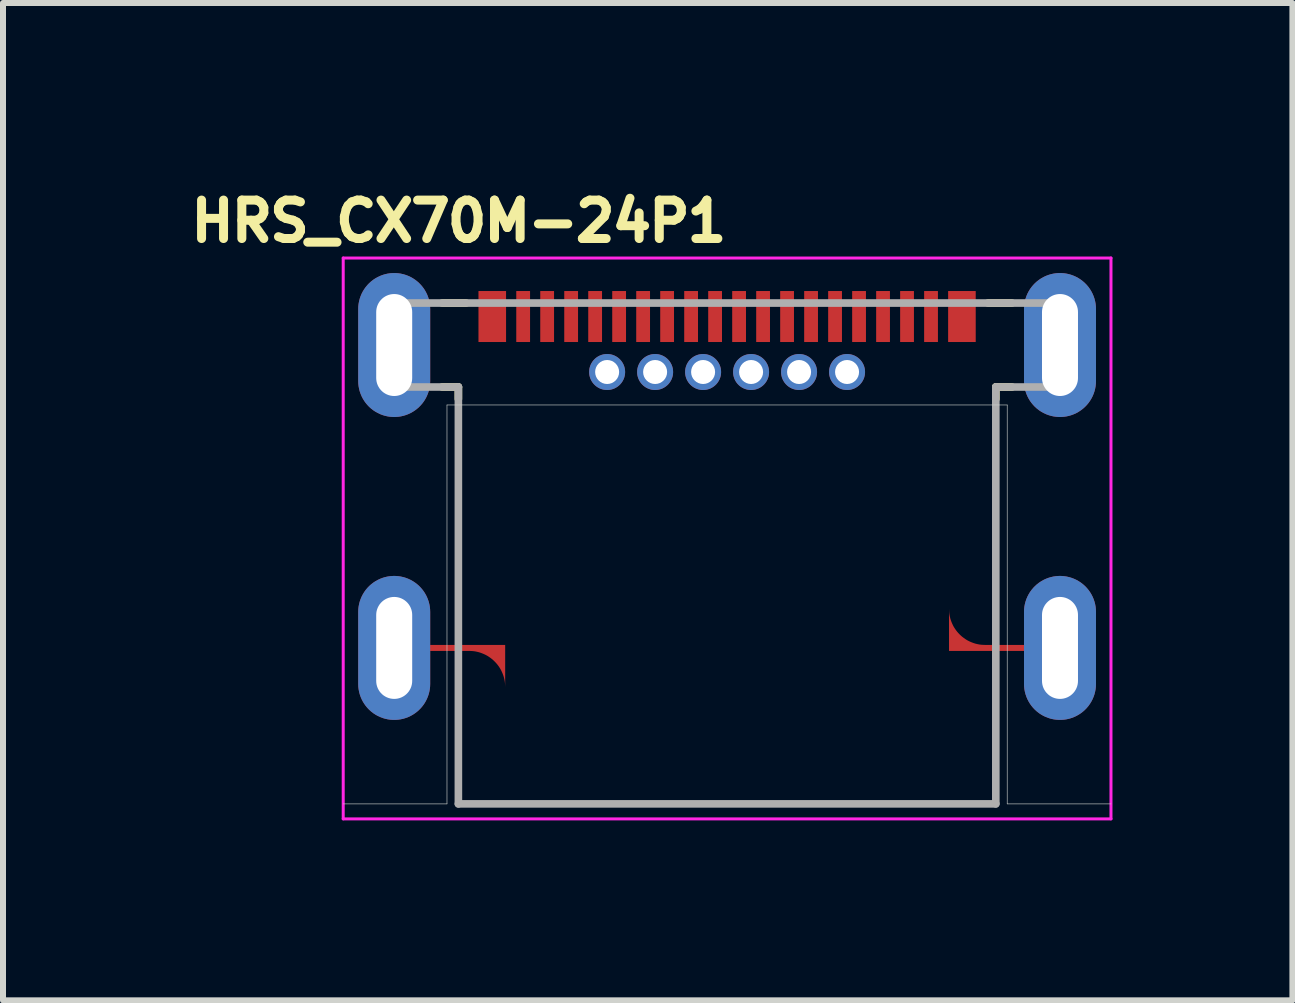
<source format=kicad_pcb>
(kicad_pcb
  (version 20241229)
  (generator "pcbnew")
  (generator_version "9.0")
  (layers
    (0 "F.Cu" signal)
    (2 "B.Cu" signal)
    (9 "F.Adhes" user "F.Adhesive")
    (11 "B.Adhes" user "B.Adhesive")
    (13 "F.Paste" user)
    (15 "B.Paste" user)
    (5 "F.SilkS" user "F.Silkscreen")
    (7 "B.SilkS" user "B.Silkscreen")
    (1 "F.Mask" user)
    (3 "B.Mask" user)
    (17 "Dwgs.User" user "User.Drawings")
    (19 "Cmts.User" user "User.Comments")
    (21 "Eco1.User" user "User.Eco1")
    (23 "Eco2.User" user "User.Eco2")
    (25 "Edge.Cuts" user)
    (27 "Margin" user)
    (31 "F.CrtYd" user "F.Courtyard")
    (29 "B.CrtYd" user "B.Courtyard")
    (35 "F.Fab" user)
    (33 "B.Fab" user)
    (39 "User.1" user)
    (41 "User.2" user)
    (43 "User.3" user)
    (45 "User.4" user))
  (footprint "HRS_CX70M-24P1"
    (layer "F.Cu")
    (at 9.072 7.752)
    (property "Reference" "HRS_CX70M-24P1" (at -4.473 -7.114 0) (layer "F.SilkS") (effects (font (size 0.641 0.641) (thickness 0.15))))
    (attr through_hole)
    (fp_poly (pts (xy -5.607 -1.3) (xy -4.75 -1.3) (xy -4.75 1.302) (xy -5.607 1.302)) (stroke (width 0.01) (type solid)) (fill yes) (layer "F.Mask"))
    (fp_poly (pts (xy 4.75 -1.3) (xy 5.55 -1.3) (xy 5.55 1.3) (xy 4.75 1.3)) (stroke (width 0.01) (type solid)) (fill yes) (layer "F.Mask"))
    (fp_line (start -4.75 -5.75) (end -4.35 -5.75) (stroke (width 0.127) (type solid)) (layer "F.SilkS"))
    (fp_line (start -4.75 -4.35) (end -4.48 -4.35) (stroke (width 0.127) (type solid)) (layer "F.SilkS"))
    (fp_line (start -4.48 -4.35) (end -4.48 -4.15) (stroke (width 0.127) (type solid)) (layer "F.SilkS"))
    (fp_line (start 4.35 -5.75) (end 4.75 -5.75) (stroke (width 0.127) (type solid)) (layer "F.SilkS"))
    (fp_line (start 4.48 -4.35) (end 4.48 -4.15) (stroke (width 0.127) (type solid)) (layer "F.SilkS"))
    (fp_line (start 4.75 -4.35) (end 4.48 -4.35) (stroke (width 0.127) (type solid)) (layer "F.SilkS"))
    (fp_poly (pts (xy -5.55 -1.2) (xy -4.85 -1.2) (xy -4.85 1.2) (xy -5.55 1.2) (xy -5.519 1.199) (xy -5.487 1.197) (xy -5.456 1.193) (xy -5.425 1.187) (xy -5.395 1.18) (xy -5.365 1.171) (xy -5.335 1.16) (xy -5.306 1.148) (xy -5.278 1.135) (xy -5.25 1.12) (xy -5.223 1.103) (xy -5.197 1.085) (xy -5.172 1.066) (xy -5.149 1.046) (xy -5.126 1.024) (xy -5.104 1.001) (xy -5.084 0.978) (xy -5.065 0.953) (xy -5.047 0.927) (xy -5.03 0.9) (xy -5.015 0.872) (xy -5.002 0.844) (xy -4.99 0.815) (xy -4.979 0.785) (xy -4.97 0.755) (xy -4.963 0.725) (xy -4.957 0.694) (xy -4.953 0.663) (xy -4.951 0.631) (xy -4.95 0.6) (xy -4.95 -0.6) (xy -4.951 -0.631) (xy -4.953 -0.663) (xy -4.957 -0.694) (xy -4.963 -0.725) (xy -4.97 -0.755) (xy -4.979 -0.785) (xy -4.99 -0.815) (xy -5.002 -0.844) (xy -5.015 -0.872) (xy -5.03 -0.9) (xy -5.047 -0.927) (xy -5.065 -0.953) (xy -5.084 -0.978) (xy -5.104 -1.001) (xy -5.126 -1.024) (xy -5.149 -1.046) (xy -5.172 -1.066) (xy -5.197 -1.085) (xy -5.223 -1.103) (xy -5.25 -1.12) (xy -5.278 -1.135) (xy -5.306 -1.148) (xy -5.335 -1.16) (xy -5.365 -1.171) (xy -5.395 -1.18) (xy -5.425 -1.187) (xy -5.456 -1.193) (xy -5.487 -1.197) (xy -5.519 -1.199) (xy -5.55 -1.2)) (stroke (width 0.0001) (type solid)) (fill yes) (layer "F.Paste"))
    (fp_poly (pts (xy 5.55 -1.2) (xy 4.85 -1.2) (xy 4.85 1.2) (xy 5.55 1.2) (xy 5.519 1.199) (xy 5.487 1.197) (xy 5.456 1.193) (xy 5.425 1.187) (xy 5.395 1.18) (xy 5.365 1.171) (xy 5.335 1.16) (xy 5.306 1.148) (xy 5.278 1.135) (xy 5.25 1.12) (xy 5.223 1.103) (xy 5.197 1.085) (xy 5.172 1.066) (xy 5.149 1.046) (xy 5.126 1.024) (xy 5.104 1.001) (xy 5.084 0.978) (xy 5.065 0.953) (xy 5.047 0.927) (xy 5.03 0.9) (xy 5.015 0.872) (xy 5.002 0.844) (xy 4.99 0.815) (xy 4.979 0.785) (xy 4.97 0.755) (xy 4.963 0.725) (xy 4.957 0.694) (xy 4.953 0.663) (xy 4.951 0.631) (xy 4.95 0.6) (xy 4.95 -0.6) (xy 4.951 -0.631) (xy 4.953 -0.663) (xy 4.957 -0.694) (xy 4.963 -0.725) (xy 4.97 -0.755) (xy 4.979 -0.785) (xy 4.99 -0.815) (xy 5.002 -0.844) (xy 5.015 -0.872) (xy 5.03 -0.9) (xy 5.047 -0.927) (xy 5.065 -0.953) (xy 5.084 -0.978) (xy 5.104 -1.001) (xy 5.126 -1.024) (xy 5.149 -1.046) (xy 5.172 -1.066) (xy 5.197 -1.085) (xy 5.223 -1.103) (xy 5.25 -1.12) (xy 5.278 -1.135) (xy 5.306 -1.148) (xy 5.335 -1.16) (xy 5.365 -1.171) (xy 5.395 -1.18) (xy 5.425 -1.187) (xy 5.456 -1.193) (xy 5.487 -1.197) (xy 5.519 -1.199) (xy 5.55 -1.2)) (stroke (width 0.0001) (type solid)) (fill yes) (layer "F.Paste"))
    (fp_line (start -6.4 2.6) (end -4.67 2.6) (stroke (width 0.01) (type solid)) (layer "Edge.Cuts"))
    (fp_line (start -4.67 -4.05) (end 4.67 -4.05) (stroke (width 0.01) (type solid)) (layer "Edge.Cuts"))
    (fp_line (start -4.67 2.6) (end -4.67 -4.05) (stroke (width 0.01) (type solid)) (layer "Edge.Cuts"))
    (fp_line (start 4.67 -4.05) (end 4.67 2.6) (stroke (width 0.01) (type solid)) (layer "Edge.Cuts"))
    (fp_line (start 4.67 2.6) (end 6.4 2.6) (stroke (width 0.01) (type solid)) (layer "Edge.Cuts"))
    (fp_line (start -6.4 -6.5) (end 6.4 -6.5) (stroke (width 0.05) (type solid)) (layer "F.CrtYd"))
    (fp_line (start -6.4 2.85) (end -6.4 -6.5) (stroke (width 0.05) (type solid)) (layer "F.CrtYd"))
    (fp_line (start 6.4 -6.5) (end 6.4 2.85) (stroke (width 0.05) (type solid)) (layer "F.CrtYd"))
    (fp_line (start 6.4 2.85) (end -6.4 2.85) (stroke (width 0.05) (type solid)) (layer "F.CrtYd"))
    (fp_line (start -5.7 -5.75) (end -5.7 -4.35) (stroke (width 0.127) (type solid)) (layer "F.Fab"))
    (fp_line (start -5.7 -5.75) (end 5.7 -5.75) (stroke (width 0.127) (type solid)) (layer "F.Fab"))
    (fp_line (start -5.7 -4.35) (end -4.48 -4.35) (stroke (width 0.127) (type solid)) (layer "F.Fab"))
    (fp_line (start -4.48 2.6) (end -4.48 -4.35) (stroke (width 0.127) (type solid)) (layer "F.Fab"))
    (fp_line (start 4.48 -4.35) (end 4.48 2.6) (stroke (width 0.127) (type solid)) (layer "F.Fab"))
    (fp_line (start 4.48 -4.35) (end 5.7 -4.35) (stroke (width 0.127) (type solid)) (layer "F.Fab"))
    (fp_line (start 4.48 2.6) (end -4.48 2.6) (stroke (width 0.127) (type solid)) (layer "F.Fab"))
    (fp_line (start 5.7 -5.75) (end 5.7 -4.35) (stroke (width 0.127) (type solid)) (layer "F.Fab"))
    (pad "A1" smd rect (at -2.2 -5.525 90) (size 0.85 0.23) (layers "F.Cu" "F.Mask" "F.Paste"))
    (pad "A2" smd rect (at -1.8 -5.525 90) (size 0.85 0.23) (layers "F.Cu" "F.Mask" "F.Paste"))
    (pad "A3" smd rect (at -1.4 -5.525 90) (size 0.85 0.23) (layers "F.Cu" "F.Mask" "F.Paste"))
    (pad "A4" smd rect (at -1 -5.525 90) (size 0.85 0.23) (layers "F.Cu" "F.Mask" "F.Paste"))
    (pad "A5" smd rect (at -0.6 -5.525 90) (size 0.85 0.23) (layers "F.Cu" "F.Mask" "F.Paste"))
    (pad "A6" smd rect (at -0.2 -5.525 90) (size 0.85 0.23) (layers "F.Cu" "F.Mask" "F.Paste"))
    (pad "A7" smd rect (at 0.2 -5.525 90) (size 0.85 0.23) (layers "F.Cu" "F.Mask" "F.Paste"))
    (pad "A8" smd rect (at 0.6 -5.525 90) (size 0.85 0.23) (layers "F.Cu" "F.Mask" "F.Paste"))
    (pad "A9" smd rect (at 1 -5.525 90) (size 0.85 0.23) (layers "F.Cu" "F.Mask" "F.Paste"))
    (pad "A10" smd rect (at 1.4 -5.525 90) (size 0.85 0.23) (layers "F.Cu" "F.Mask" "F.Paste"))
    (pad "A11" smd rect (at 1.8 -5.525 90) (size 0.85 0.23) (layers "F.Cu" "F.Mask" "F.Paste"))
    (pad "A12" smd rect (at 2.2 -5.525 90) (size 0.85 0.23) (layers "F.Cu" "F.Mask" "F.Paste"))
    (pad "B1" smd rect (at 3.4 -5.525 90) (size 0.85 0.23) (layers "F.Cu" "F.Mask" "F.Paste"))
    (pad "B2" smd rect (at 3 -5.525 90) (size 0.85 0.23) (layers "F.Cu" "F.Mask" "F.Paste"))
    (pad "B3" smd rect (at 2.6 -5.525 90) (size 0.85 0.23) (layers "F.Cu" "F.Mask" "F.Paste"))
    (pad "B4" thru_hole circle (at 2 -4.6) (size 0.6 0.6) (drill 0.4) (layers "*.Cu" "*.Mask"))
    (pad "B5" thru_hole circle (at 1.2 -4.6) (size 0.6 0.6) (drill 0.4) (layers "*.Cu" "*.Mask"))
    (pad "B6" thru_hole circle (at 0.4 -4.6) (size 0.6 0.6) (drill 0.4) (layers "*.Cu" "*.Mask"))
    (pad "B7" thru_hole circle (at -0.4 -4.6) (size 0.6 0.6) (drill 0.4) (layers "*.Cu" "*.Mask"))
    (pad "B8" thru_hole circle (at -1.2 -4.6) (size 0.6 0.6) (drill 0.4) (layers "*.Cu" "*.Mask"))
    (pad "B9" thru_hole circle (at -2 -4.6) (size 0.6 0.6) (drill 0.4) (layers "*.Cu" "*.Mask"))
    (pad "B10" smd rect (at -2.6 -5.525 90) (size 0.85 0.23) (layers "F.Cu" "F.Mask" "F.Paste"))
    (pad "B11" smd rect (at -3 -5.525 90) (size 0.85 0.23) (layers "F.Cu" "F.Mask" "F.Paste"))
    (pad "B12" smd rect (at -3.4 -5.525 90) (size 0.85 0.23) (layers "F.Cu" "F.Mask" "F.Paste"))
    (pad "S1" thru_hole oval (at -5.55 -5.05) (size 1.2 2.4) (drill oval 0.6 1.7) (layers "*.Cu" "*.Mask"))
    (pad "S2" smd rect (at -3.915 -5.525 90) (size 0.85 0.46) (layers "F.Cu" "F.Mask" "F.Paste"))
    (pad "S3" smd rect (at 3.915 -5.525 90) (size 0.85 0.46) (layers "F.Cu" "F.Mask" "F.Paste"))
    (pad "S4" thru_hole oval (at 5.55 -5.05) (size 1.2 2.4) (drill oval 0.6 1.7) (layers "*.Cu" "*.Mask"))
    (pad "S5" thru_hole oval (at -5.55 0) (size 1.2 2.4) (drill oval 0.6 1.7) (layers "*.Cu" "*.Mask"))
    (pad "S5.1" smd custom (at -4.9 0 90) (size 0.1 0.1) (layers "F.Cu") (options (anchor rect)) (primitives (gr_poly (pts (xy -0.65 -1.2) (xy 0.05 -1.2) (xy 0.05 1.2) (xy -0.65 1.2) (xy -0.619 1.199) (xy -0.587 1.197) (xy -0.556 1.193) (xy -0.525 1.187) (xy -0.495 1.18) (xy -0.465 1.171) (xy -0.435 1.16) (xy -0.406 1.148) (xy -0.378 1.135) (xy -0.35 1.12) (xy -0.323 1.103) (xy -0.297 1.085) (xy -0.272 1.066) (xy -0.249 1.046) (xy -0.226 1.024) (xy -0.204 1.001) (xy -0.184 0.978) (xy -0.165 0.953) (xy -0.147 0.927) (xy -0.13 0.9) (xy -0.115 0.872) (xy -0.102 0.844) (xy -0.09 0.815) (xy -0.079 0.785) (xy -0.07 0.755) (xy -0.063 0.725) (xy -0.057 0.694) (xy -0.053 0.663) (xy -0.051 0.631) (xy -0.05 0.6) (xy -0.05 -0.6) (xy -0.051 -0.631) (xy -0.053 -0.663) (xy -0.057 -0.694) (xy -0.063 -0.725) (xy -0.07 -0.755) (xy -0.079 -0.785) (xy -0.09 -0.815) (xy -0.102 -0.844) (xy -0.115 -0.872) (xy -0.13 -0.9) (xy -0.147 -0.927) (xy -0.165 -0.953) (xy -0.184 -0.978) (xy -0.204 -1.001) (xy -0.226 -1.024) (xy -0.249 -1.046) (xy -0.272 -1.066) (xy -0.297 -1.085) (xy -0.323 -1.103) (xy -0.35 -1.12) (xy -0.378 -1.135) (xy -0.406 -1.148) (xy -0.435 -1.16) (xy -0.465 -1.171) (xy -0.495 -1.18) (xy -0.525 -1.187) (xy -0.556 -1.193) (xy -0.587 -1.197) (xy -0.619 -1.199) (xy -0.65 -1.2)) (width 0.0001) (fill yes))))
    (pad "S6" thru_hole oval (at 5.55 0) (size 1.2 2.4) (drill oval 0.6 1.7) (layers "*.Cu" "*.Mask"))
    (pad "S6.1" smd custom (at 4.9 0 90) (size 0.1 0.1) (layers "F.Cu") (options (anchor rect)) (primitives (gr_poly (pts (xy 0.65 -1.2) (xy -0.05 -1.2) (xy -0.05 1.2) (xy 0.65 1.2) (xy 0.619 1.199) (xy 0.587 1.197) (xy 0.556 1.193) (xy 0.525 1.187) (xy 0.495 1.18) (xy 0.465 1.171) (xy 0.435 1.16) (xy 0.406 1.148) (xy 0.378 1.135) (xy 0.35 1.12) (xy 0.323 1.103) (xy 0.297 1.085) (xy 0.272 1.066) (xy 0.249 1.046) (xy 0.226 1.024) (xy 0.204 1.001) (xy 0.184 0.978) (xy 0.165 0.953) (xy 0.147 0.927) (xy 0.13 0.9) (xy 0.115 0.872) (xy 0.102 0.844) (xy 0.09 0.815) (xy 0.079 0.785) (xy 0.07 0.755) (xy 0.063 0.725) (xy 0.057 0.694) (xy 0.053 0.663) (xy 0.051 0.631) (xy 0.05 0.6) (xy 0.05 -0.6) (xy 0.051 -0.631) (xy 0.053 -0.663) (xy 0.057 -0.694) (xy 0.063 -0.725) (xy 0.07 -0.755) (xy 0.079 -0.785) (xy 0.09 -0.815) (xy 0.102 -0.844) (xy 0.115 -0.872) (xy 0.13 -0.9) (xy 0.147 -0.927) (xy 0.165 -0.953) (xy 0.184 -0.978) (xy 0.204 -1.001) (xy 0.226 -1.024) (xy 0.249 -1.046) (xy 0.272 -1.066) (xy 0.297 -1.085) (xy 0.323 -1.103) (xy 0.35 -1.12) (xy 0.378 -1.135) (xy 0.406 -1.148) (xy 0.435 -1.16) (xy 0.465 -1.171) (xy 0.495 -1.18) (xy 0.525 -1.187) (xy 0.556 -1.193) (xy 0.587 -1.197) (xy 0.619 -1.199) (xy 0.65 -1.2)) (width 0.0001) (fill yes)))))
  (gr_rect
    (start -3 -3)
    (end 18.497 13.627)
    (stroke (width 0.1) (type default))
    (fill no)
    (layer "Edge.Cuts")))
</source>
